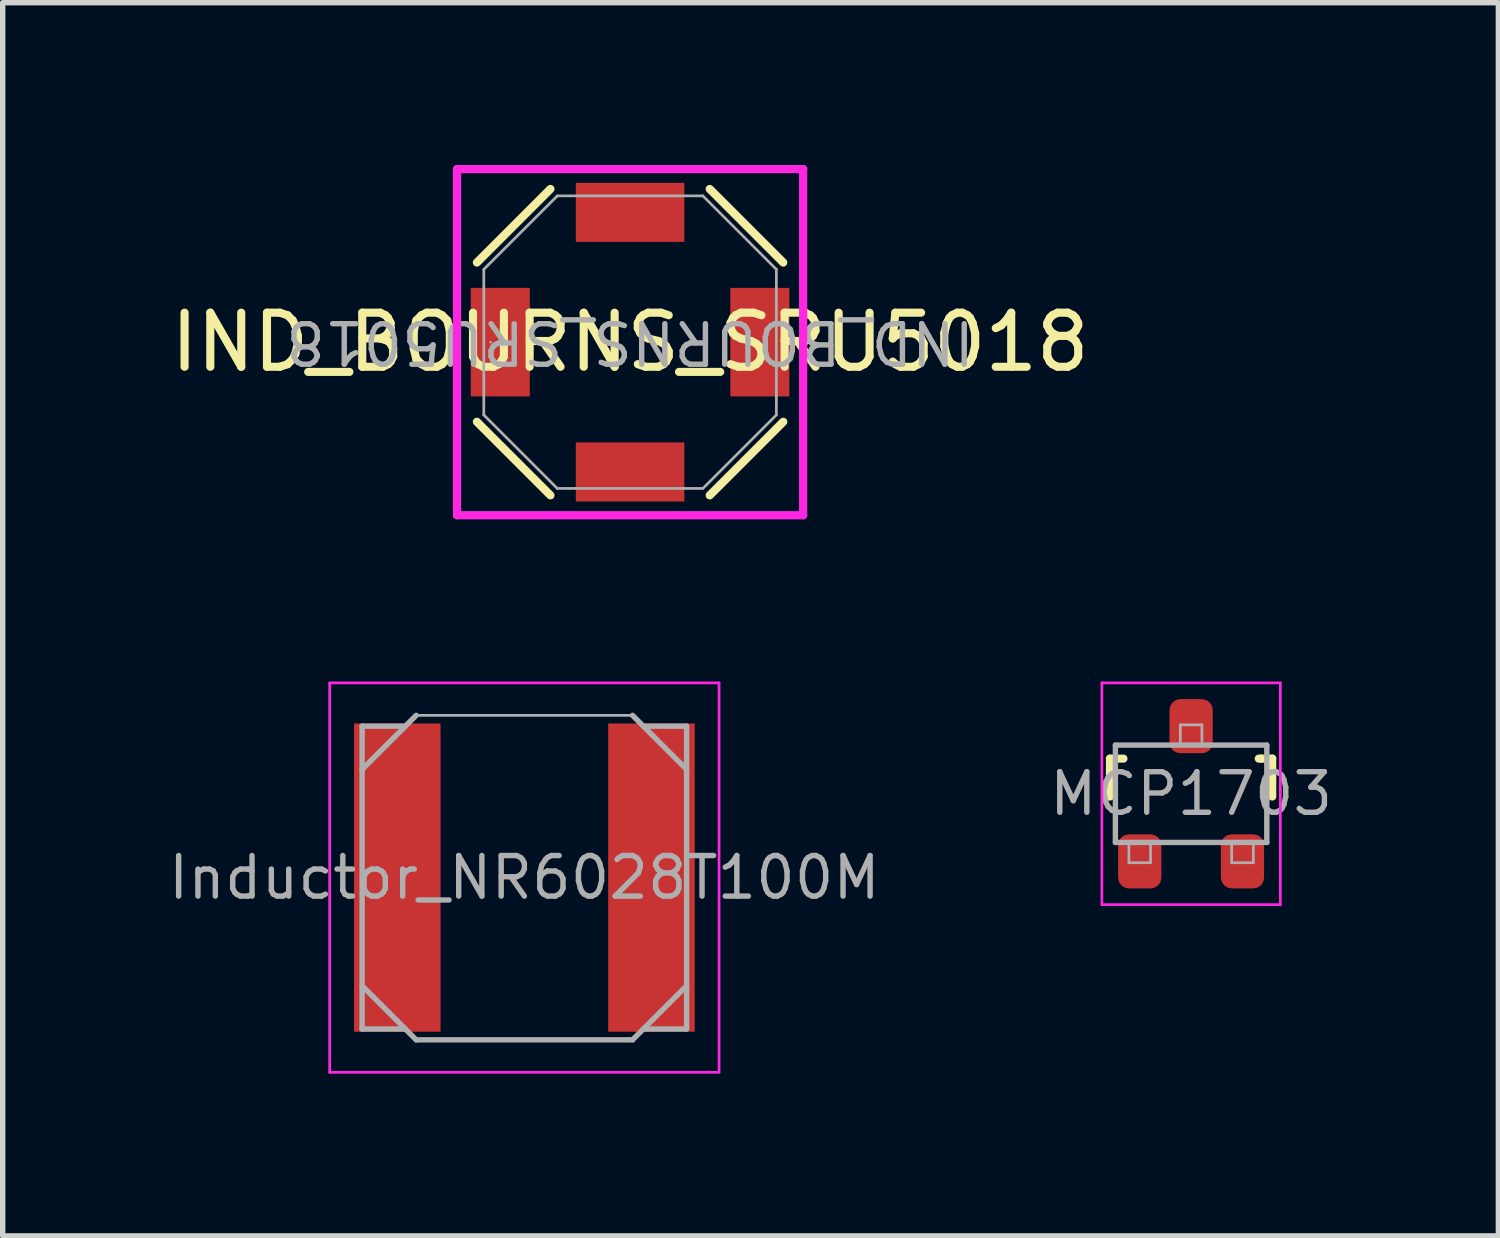
<source format=kicad_pcb>
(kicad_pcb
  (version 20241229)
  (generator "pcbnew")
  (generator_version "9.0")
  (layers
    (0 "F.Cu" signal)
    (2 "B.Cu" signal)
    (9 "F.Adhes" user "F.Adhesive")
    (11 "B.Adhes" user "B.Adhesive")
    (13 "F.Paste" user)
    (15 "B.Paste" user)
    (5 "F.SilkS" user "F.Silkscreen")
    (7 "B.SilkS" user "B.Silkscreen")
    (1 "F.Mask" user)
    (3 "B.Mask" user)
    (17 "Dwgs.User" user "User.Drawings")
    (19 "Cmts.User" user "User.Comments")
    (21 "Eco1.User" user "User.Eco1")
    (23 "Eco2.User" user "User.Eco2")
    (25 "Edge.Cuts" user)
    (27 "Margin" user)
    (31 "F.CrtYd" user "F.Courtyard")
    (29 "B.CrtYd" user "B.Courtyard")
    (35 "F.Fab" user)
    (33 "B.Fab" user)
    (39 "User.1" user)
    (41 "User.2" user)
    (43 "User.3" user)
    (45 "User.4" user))
  (footprint "Inductor_NR6028T100M"
    (layer "F.Cu")
    (at 6.646 13.178)
    (property "Reference" "Inductor_NR6028T100M" (at 0 0 180) (layer "F.Fab") (effects (font (size 0.75 0.75) (thickness 0.1))))
    (attr smd)
    (fp_line (start -3.6 -3.6) (end 3.6 -3.6) (stroke (width 0.05) (type solid)) (layer "F.CrtYd"))
    (fp_line (start -3.6 3.6) (end -3.6 -3.6) (stroke (width 0.05) (type solid)) (layer "F.CrtYd"))
    (fp_line (start 3.6 -3.6) (end 3.6 3.6) (stroke (width 0.05) (type solid)) (layer "F.CrtYd"))
    (fp_line (start 3.6 3.6) (end -3.6 3.6) (stroke (width 0.05) (type solid)) (layer "F.CrtYd"))
    (fp_line (start -3 -2.8) (end -2.2 -2.8) (stroke (width 0.1) (type solid)) (layer "F.Fab"))
    (fp_line (start -3 2.8) (end -3 -2.8) (stroke (width 0.1) (type solid)) (layer "F.Fab"))
    (fp_line (start -3 2.8) (end -2.2 2.8) (stroke (width 0.1) (type solid)) (layer "F.Fab"))
    (fp_line (start -2 -3) (end -3 -2) (stroke (width 0.1) (type solid)) (layer "F.Fab"))
    (fp_line (start -2 -3) (end 2 -3) (stroke (width 0.05) (type solid)) (layer "F.Fab"))
    (fp_line (start -2 3) (end -3 2) (stroke (width 0.1) (type solid)) (layer "F.Fab"))
    (fp_line (start 2 3) (end -2 3) (stroke (width 0.1) (type solid)) (layer "F.Fab"))
    (fp_line (start 2.2 -2.8) (end 3 -2.8) (stroke (width 0.1) (type solid)) (layer "F.Fab"))
    (fp_line (start 2.2 2.8) (end 3 2.8) (stroke (width 0.1) (type solid)) (layer "F.Fab"))
    (fp_line (start 3 -2.8) (end 3 2.8) (stroke (width 0.1) (type solid)) (layer "F.Fab"))
    (fp_line (start 3 -2) (end 2 -3) (stroke (width 0.1) (type solid)) (layer "F.Fab"))
    (fp_line (start 3 2) (end 2 3) (stroke (width 0.1) (type solid)) (layer "F.Fab"))
    (pad "1" smd rect (at -2.35 0) (size 1.6 5.7) (layers "F.Cu" "F.Mask" "F.Paste"))
    (pad "2" smd rect (at 2.35 0) (size 1.6 5.7) (layers "F.Cu" "F.Mask" "F.Paste")))
  (footprint "MCP1703"
    (layer "F.Cu")
    (at 18.975 11.628)
    (property "Reference" "MCP1703" (at 0 0 0) (layer "F.Fab") (effects (font (size 0.75 0.75) (thickness 0.1))))
    (attr smd)
    (fp_line (start -1.5 -0.65) (end -1.251 -0.65) (stroke (width 0.15) (type solid)) (layer "F.SilkS"))
    (fp_line (start -1.5 0.051) (end -1.5 -0.65) (stroke (width 0.15) (type solid)) (layer "F.SilkS"))
    (fp_line (start 1.299 -0.65) (end 1.251 -0.65) (stroke (width 0.15) (type solid)) (layer "F.SilkS"))
    (fp_line (start 1.299 -0.65) (end 1.5 -0.65) (stroke (width 0.15) (type solid)) (layer "F.SilkS"))
    (fp_line (start 1.5 -0.65) (end 1.5 0.051) (stroke (width 0.15) (type solid)) (layer "F.SilkS"))
    (fp_line (start -1.65 -2.05) (end 1.65 -2.05) (stroke (width 0.05) (type solid)) (layer "F.CrtYd"))
    (fp_line (start -1.65 2.05) (end -1.65 -2.05) (stroke (width 0.05) (type solid)) (layer "F.CrtYd"))
    (fp_line (start 1.65 -2.05) (end 1.65 2.05) (stroke (width 0.05) (type solid)) (layer "F.CrtYd"))
    (fp_line (start 1.65 2.05) (end -1.65 2.05) (stroke (width 0.05) (type solid)) (layer "F.CrtYd"))
    (fp_line (start -1.4 -0.9) (end 1.4 -0.9) (stroke (width 0.1) (type solid)) (layer "F.Fab"))
    (fp_line (start -1.4 0.9) (end -1.4 -0.9) (stroke (width 0.1) (type solid)) (layer "F.Fab"))
    (fp_line (start -1.15 1.275) (end -1.15 0.9) (stroke (width 0.05) (type solid)) (layer "F.Fab"))
    (fp_line (start -1.15 1.275) (end -0.75 1.275) (stroke (width 0.05) (type solid)) (layer "F.Fab"))
    (fp_line (start -0.75 1.275) (end -0.75 0.875) (stroke (width 0.05) (type solid)) (layer "F.Fab"))
    (fp_line (start -0.2 -1.275) (end 0.2 -1.275) (stroke (width 0.05) (type solid)) (layer "F.Fab"))
    (fp_line (start -0.2 -0.9) (end -0.2 -1.275) (stroke (width 0.05) (type solid)) (layer "F.Fab"))
    (fp_line (start 0.2 -1.275) (end 0.2 -0.9) (stroke (width 0.05) (type solid)) (layer "F.Fab"))
    (fp_line (start 0.75 1.275) (end 0.75 0.9) (stroke (width 0.05) (type solid)) (layer "F.Fab"))
    (fp_line (start 0.75 1.275) (end 1.15 1.275) (stroke (width 0.05) (type solid)) (layer "F.Fab"))
    (fp_line (start 1.15 1.275) (end 1.15 0.875) (stroke (width 0.05) (type solid)) (layer "F.Fab"))
    (fp_line (start 1.4 -0.9) (end 1.4 0.9) (stroke (width 0.1) (type solid)) (layer "F.Fab"))
    (fp_line (start 1.4 0.9) (end -1.4 0.9) (stroke (width 0.1) (type solid)) (layer "F.Fab"))
    (pad "1" smd roundrect (at -0.95 1.25) (size 0.8 1) (layers "F.Cu" "F.Mask" "F.Paste") (roundrect_rratio 0.25))
    (pad "2" smd roundrect (at 0.95 1.25) (size 0.8 1) (layers "F.Cu" "F.Mask" "F.Paste") (roundrect_rratio 0.25))
    (pad "3" smd roundrect (at 0 -1.25) (size 0.8 1) (layers "F.Cu" "F.Mask" "F.Paste") (roundrect_rratio 0.25)))
  (footprint "IND_BOURNS_SRU5018"
    (layer "F.Cu")
    (at 8.601 3.277)
    (property "Reference" "IND_BOURNS_SRU5018" (at 0 0 0) (unlocked yes) (layer "F.SilkS") (effects (font (size 1 1) (thickness 0.15))))
    (attr smd)
    (fp_line (start -2.832 -1.473) (end -1.473 -2.832) (stroke (width 0.152) (type solid)) (layer "F.SilkS"))
    (fp_line (start -1.473 2.832) (end -2.832 1.473) (stroke (width 0.152) (type solid)) (layer "F.SilkS"))
    (fp_line (start 1.473 -2.832) (end 2.832 -1.473) (stroke (width 0.152) (type solid)) (layer "F.SilkS"))
    (fp_line (start 2.832 1.473) (end 1.473 2.832) (stroke (width 0.152) (type solid)) (layer "F.SilkS"))
    (fp_line (start -3.2 -3.2) (end 3.2 -3.2) (stroke (width 0.152) (type solid)) (layer "F.CrtYd"))
    (fp_line (start -3.2 3.2) (end -3.2 -3.2) (stroke (width 0.152) (type solid)) (layer "F.CrtYd"))
    (fp_line (start 3.2 -3.2) (end 3.2 3.2) (stroke (width 0.152) (type solid)) (layer "F.CrtYd"))
    (fp_line (start 3.2 3.2) (end -3.2 3.2) (stroke (width 0.152) (type solid)) (layer "F.CrtYd"))
    (fp_line (start -2.705 -1.346) (end -1.346 -2.705) (stroke (width 0.05) (type solid)) (layer "F.Fab"))
    (fp_line (start -2.705 1.346) (end -2.705 -1.346) (stroke (width 0.05) (type solid)) (layer "F.Fab"))
    (fp_line (start -1.346 -2.705) (end 1.346 -2.705) (stroke (width 0.05) (type solid)) (layer "F.Fab"))
    (fp_line (start -1.346 2.705) (end -2.705 1.346) (stroke (width 0.05) (type solid)) (layer "F.Fab"))
    (fp_line (start 1.346 -2.705) (end 2.705 -1.346) (stroke (width 0.05) (type solid)) (layer "F.Fab"))
    (fp_line (start 1.346 2.705) (end -1.346 2.705) (stroke (width 0.05) (type solid)) (layer "F.Fab"))
    (fp_line (start 2.705 -1.346) (end 2.705 1.346) (stroke (width 0.05) (type solid)) (layer "F.Fab"))
    (fp_line (start 2.705 1.346) (end 1.346 2.705) (stroke (width 0.05) (type solid)) (layer "F.Fab"))
    (fp_circle (center -2.578 0) (end -2.578 0) (stroke (width 0.025) (type solid)) (fill no) (layer "F.Fab"))
    (fp_text user "${REFERENCE}" (at 0 0 180) (unlocked yes) (layer "F.Fab") (effects (font (size 0.75 0.75) (thickness 0.1))))
    (pad "1" smd rect (at -2.4 0) (size 1.092 2.007) (layers "F.Cu" "F.Mask" "F.Paste"))
    (pad "2" smd rect (at 0 2.4 90) (size 1.092 2.007) (layers "F.Cu" "F.Mask" "F.Paste"))
    (pad "3" smd rect (at 2.4 0) (size 1.092 2.007) (layers "F.Cu" "F.Mask" "F.Paste"))
    (pad "4" smd rect (at 0 -2.4 90) (size 1.092 2.007) (layers "F.Cu" "F.Mask" "F.Paste")))
  (gr_rect
    (start -3 -3)
    (end 24.657 19.803)
    (stroke (width 0.1) (type default))
    (fill no)
    (layer "Edge.Cuts")))
</source>
